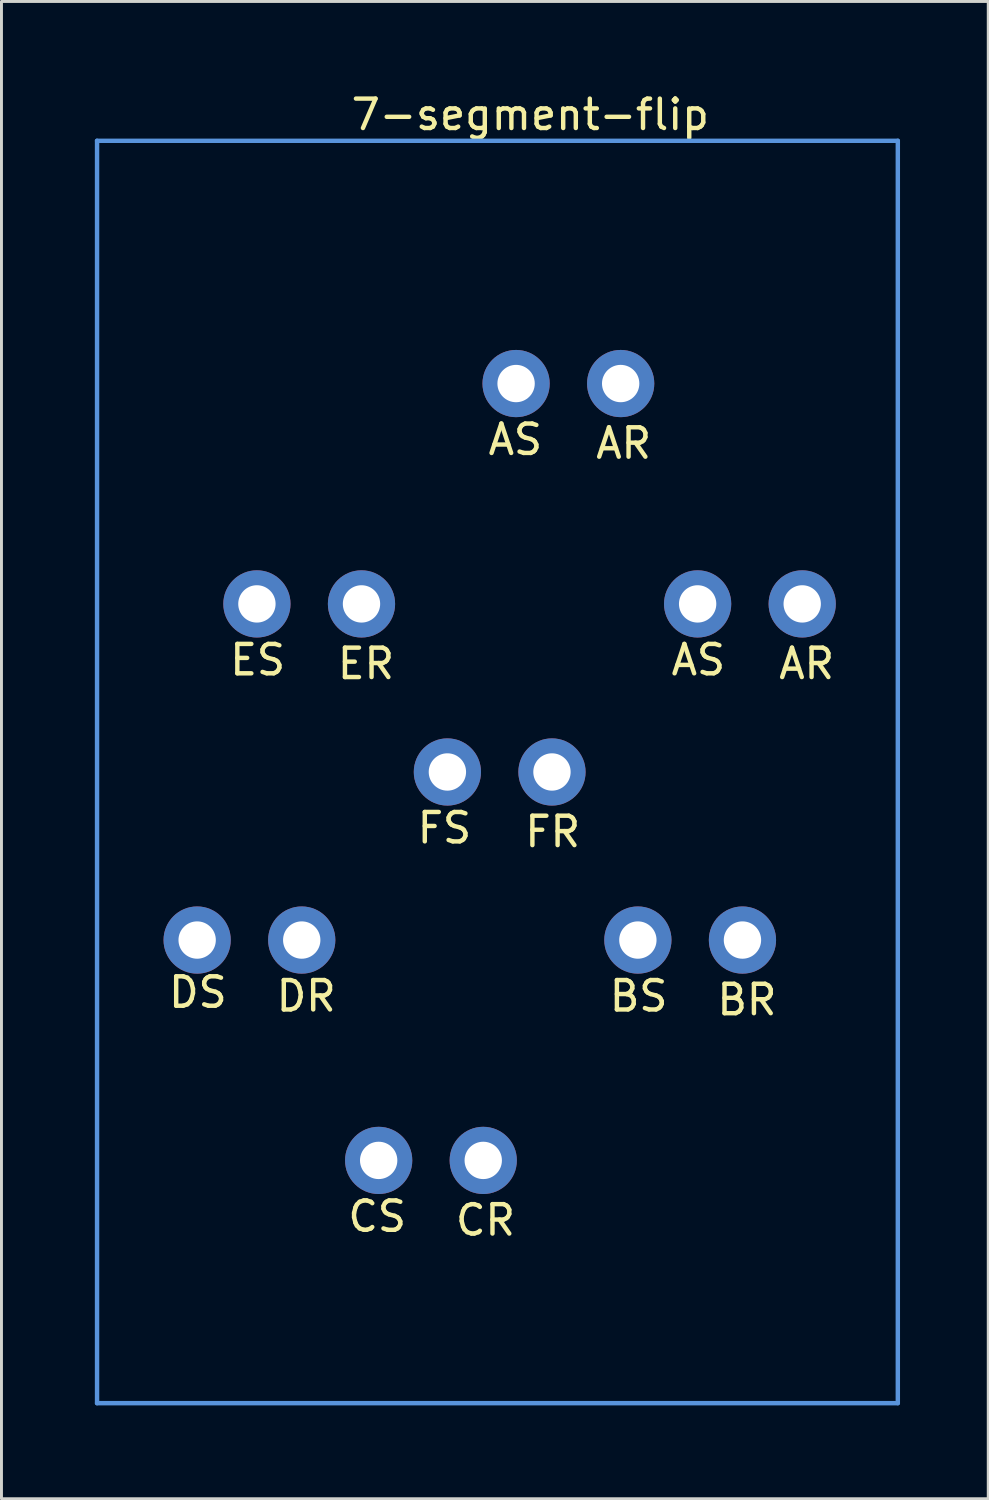
<source format=kicad_pcb>
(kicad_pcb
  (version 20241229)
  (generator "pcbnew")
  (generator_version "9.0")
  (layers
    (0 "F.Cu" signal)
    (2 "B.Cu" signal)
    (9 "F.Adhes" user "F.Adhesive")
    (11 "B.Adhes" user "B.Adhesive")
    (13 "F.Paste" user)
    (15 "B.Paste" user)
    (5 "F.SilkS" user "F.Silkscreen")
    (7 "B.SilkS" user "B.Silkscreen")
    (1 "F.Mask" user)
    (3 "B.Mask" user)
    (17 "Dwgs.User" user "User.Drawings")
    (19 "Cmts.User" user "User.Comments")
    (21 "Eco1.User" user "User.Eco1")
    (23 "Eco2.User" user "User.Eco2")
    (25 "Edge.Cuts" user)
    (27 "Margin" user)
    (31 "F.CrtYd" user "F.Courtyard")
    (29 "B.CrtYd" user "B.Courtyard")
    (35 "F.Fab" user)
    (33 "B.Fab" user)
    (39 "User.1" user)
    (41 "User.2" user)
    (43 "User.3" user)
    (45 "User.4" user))
  (footprint "7-segment-flip"
    (layer "F.Cu")
    (at 0.25 44.663)
    (property "Reference" "7-segment-flip" (at 14.732 -43.815 0) (layer "F.SilkS") (effects (font (size 1 1) (thickness 0.15))))
    (attr through_hole)
    (fp_line (start 0 -42.926) (end 0 0) (stroke (width 0.15) (type solid)) (layer "Cmts.User"))
    (fp_line (start 0 0) (end 27.229 0) (stroke (width 0.15) (type solid)) (layer "Cmts.User"))
    (fp_line (start 27.229 -42.926) (end 0 -42.926) (stroke (width 0.15) (type solid)) (layer "Cmts.User"))
    (fp_line (start 27.229 0) (end 27.229 -42.926) (stroke (width 0.15) (type solid)) (layer "Cmts.User"))
    (fp_text user "BR" (at 22.098 -13.716 0) (layer "F.SilkS") (effects (font (size 1 1) (thickness 0.15))))
    (fp_text user "BS" (at 18.415 -13.843 0) (layer "F.SilkS") (effects (font (size 1 1) (thickness 0.15))))
    (fp_text user "CR" (at 13.208 -6.223 0) (layer "F.SilkS") (effects (font (size 1 1) (thickness 0.15))))
    (fp_text user "AS" (at 20.447 -25.273 0) (layer "F.SilkS") (effects (font (size 1 1) (thickness 0.15))))
    (fp_text user "FR" (at 15.494 -19.431 0) (layer "F.SilkS") (effects (font (size 1 1) (thickness 0.15))))
    (fp_text user "ES" (at 5.461 -25.273 0) (layer "F.SilkS") (effects (font (size 1 1) (thickness 0.15))))
    (fp_text user "ER" (at 9.144 -25.146 0) (layer "F.SilkS") (effects (font (size 1 1) (thickness 0.15))))
    (fp_text user "AR" (at 17.907 -32.639 0) (layer "F.SilkS") (effects (font (size 1 1) (thickness 0.15))))
    (fp_text user "AS" (at 14.224 -32.766 0) (layer "F.SilkS") (effects (font (size 1 1) (thickness 0.15))))
    (fp_text user "FS" (at 11.811 -19.558 0) (layer "F.SilkS") (effects (font (size 1 1) (thickness 0.15))))
    (fp_text user "AR" (at 24.13 -25.146 0) (layer "F.SilkS") (effects (font (size 1 1) (thickness 0.15))))
    (fp_text user "DS" (at 3.429 -13.97 0) (layer "F.SilkS") (effects (font (size 1 1) (thickness 0.15))))
    (fp_text user "CS" (at 9.525 -6.35 0) (layer "F.SilkS") (effects (font (size 1 1) (thickness 0.15))))
    (fp_text user "DR" (at 7.112 -13.843 0) (layer "F.SilkS") (effects (font (size 1 1) (thickness 0.15))))
    (pad "1" thru_hole circle (at 14.249 -34.671) (size 2.286 2.286) (drill 1.27) (layers "*.Cu" "*.Mask"))
    (pad "2" thru_hole circle (at 17.805 -34.671) (size 2.286 2.286) (drill 1.27) (layers "*.Cu" "*.Mask"))
    (pad "3" thru_hole circle (at 20.422 -27.178) (size 2.286 2.286) (drill 1.27) (layers "*.Cu" "*.Mask"))
    (pad "4" thru_hole circle (at 23.978 -27.178) (size 2.286 2.286) (drill 1.27) (layers "*.Cu" "*.Mask"))
    (pad "5" thru_hole circle (at 18.39 -15.748) (size 2.286 2.286) (drill 1.27) (layers "*.Cu" "*.Mask"))
    (pad "6" thru_hole circle (at 21.946 -15.748) (size 2.286 2.286) (drill 1.27) (layers "*.Cu" "*.Mask"))
    (pad "7" thru_hole circle (at 9.576 -8.255) (size 2.286 2.286) (drill 1.27) (layers "*.Cu" "*.Mask"))
    (pad "8" thru_hole circle (at 13.132 -8.255) (size 2.286 2.286) (drill 1.27) (layers "*.Cu" "*.Mask"))
    (pad "9" thru_hole circle (at 3.404 -15.748) (size 2.286 2.286) (drill 1.27) (layers "*.Cu" "*.Mask"))
    (pad "10" thru_hole circle (at 6.96 -15.748) (size 2.286 2.286) (drill 1.27) (layers "*.Cu" "*.Mask"))
    (pad "11" thru_hole circle (at 5.436 -27.178) (size 2.286 2.286) (drill 1.27) (layers "*.Cu" "*.Mask"))
    (pad "12" thru_hole circle (at 8.992 -27.178) (size 2.286 2.286) (drill 1.27) (layers "*.Cu" "*.Mask"))
    (pad "13" thru_hole circle (at 11.913 -21.463) (size 2.286 2.286) (drill 1.27) (layers "*.Cu" "*.Mask"))
    (pad "14" thru_hole circle (at 15.469 -21.463) (size 2.286 2.286) (drill 1.27) (layers "*.Cu" "*.Mask")))
  (gr_rect
    (start -3 -3)
    (end 30.554 47.913)
    (stroke (width 0.1) (type default))
    (fill no)
    (layer "Edge.Cuts")))
</source>
